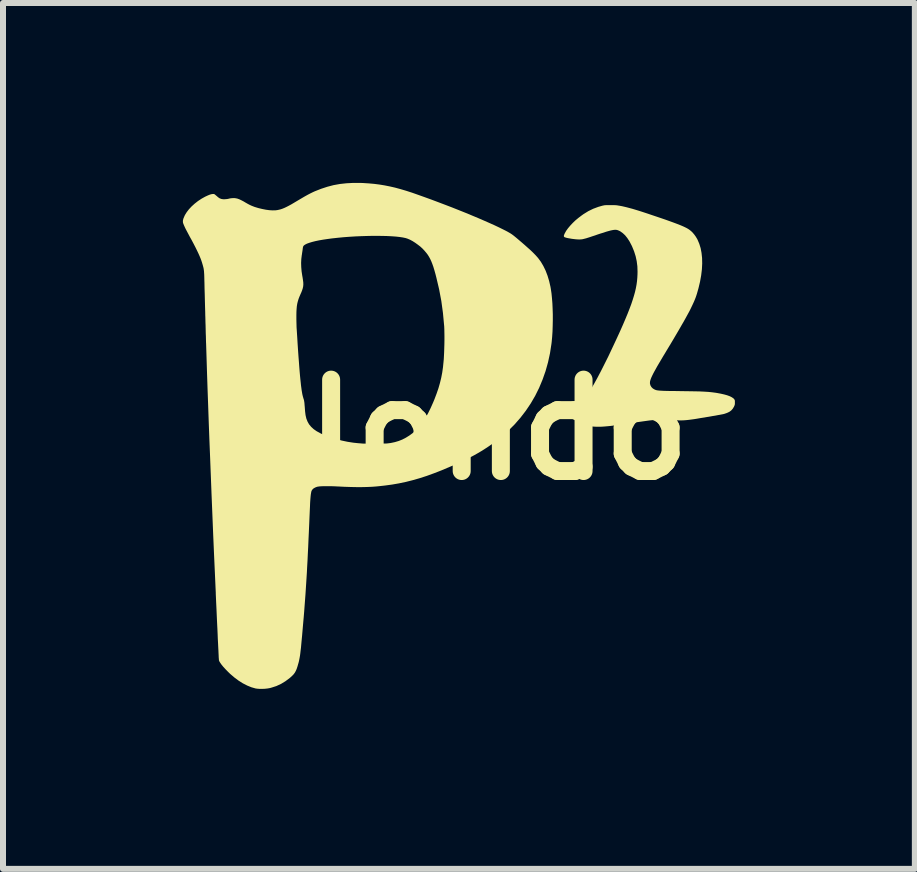
<source format=kicad_pcb>
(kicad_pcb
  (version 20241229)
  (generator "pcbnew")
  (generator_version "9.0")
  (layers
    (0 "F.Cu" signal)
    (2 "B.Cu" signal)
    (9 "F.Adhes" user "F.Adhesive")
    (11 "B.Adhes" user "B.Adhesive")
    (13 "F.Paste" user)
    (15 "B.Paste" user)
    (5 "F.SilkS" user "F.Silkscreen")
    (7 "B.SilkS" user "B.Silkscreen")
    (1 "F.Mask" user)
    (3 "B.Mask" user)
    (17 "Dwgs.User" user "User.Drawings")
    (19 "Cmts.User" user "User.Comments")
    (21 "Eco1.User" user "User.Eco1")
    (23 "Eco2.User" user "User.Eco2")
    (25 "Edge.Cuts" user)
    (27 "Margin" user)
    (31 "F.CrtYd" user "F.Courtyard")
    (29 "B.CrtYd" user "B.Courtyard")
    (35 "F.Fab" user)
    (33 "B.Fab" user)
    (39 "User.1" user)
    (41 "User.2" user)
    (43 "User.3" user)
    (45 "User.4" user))
  (footprint "plondo"
    (layer "F.Cu")
    (at 4.576 4.115)
    (property "Reference" "plondo" (at 0 0 0) (layer "F.SilkS") (effects (font (size 1.524 1.524) (thickness 0.3))))
    (attr board_only exclude_from_pos_files exclude_from_bom)
    (fp_poly (pts (xy 2.59 -3.745) (xy 2.621 -3.744) (xy 2.646 -3.743) (xy 2.67 -3.74) (xy 2.694 -3.736) (xy 2.706 -3.734) (xy 2.745 -3.727) (xy 2.784 -3.718) (xy 2.826 -3.708) (xy 2.871 -3.696) (xy 2.92 -3.683) (xy 2.973 -3.667) (xy 3.032 -3.649) (xy 3.097 -3.628) (xy 3.17 -3.604) (xy 3.232 -3.583) (xy 3.321 -3.553) (xy 3.401 -3.526) (xy 3.474 -3.501) (xy 3.538 -3.478) (xy 3.596 -3.457) (xy 3.647 -3.438) (xy 3.692 -3.421) (xy 3.731 -3.405) (xy 3.766 -3.39) (xy 3.796 -3.376) (xy 3.822 -3.363) (xy 3.845 -3.35) (xy 3.865 -3.337) (xy 3.882 -3.324) (xy 3.898 -3.311) (xy 3.912 -3.298) (xy 3.921 -3.289) (xy 3.95 -3.255) (xy 3.974 -3.222) (xy 3.997 -3.184) (xy 4.005 -3.169) (xy 4.034 -3.101) (xy 4.057 -3.027) (xy 4.072 -2.947) (xy 4.081 -2.862) (xy 4.083 -2.771) (xy 4.078 -2.674) (xy 4.066 -2.574) (xy 4.047 -2.468) (xy 4.021 -2.359) (xy 3.995 -2.267) (xy 3.985 -2.236) (xy 3.974 -2.204) (xy 3.961 -2.171) (xy 3.946 -2.135) (xy 3.929 -2.098) (xy 3.91 -2.058) (xy 3.889 -2.014) (xy 3.865 -1.967) (xy 3.837 -1.916) (xy 3.807 -1.861) (xy 3.773 -1.8) (xy 3.735 -1.735) (xy 3.694 -1.663) (xy 3.648 -1.585) (xy 3.598 -1.5) (xy 3.543 -1.408) (xy 3.483 -1.309) (xy 3.481 -1.305) (xy 3.436 -1.231) (xy 3.397 -1.165) (xy 3.362 -1.106) (xy 3.331 -1.053) (xy 3.305 -1.006) (xy 3.282 -0.965) (xy 3.263 -0.929) (xy 3.248 -0.898) (xy 3.235 -0.87) (xy 3.226 -0.847) (xy 3.219 -0.826) (xy 3.214 -0.808) (xy 3.212 -0.792) (xy 3.212 -0.777) (xy 3.212 -0.768) (xy 3.22 -0.739) (xy 3.236 -0.711) (xy 3.259 -0.688) (xy 3.287 -0.671) (xy 3.297 -0.667) (xy 3.306 -0.663) (xy 3.316 -0.66) (xy 3.328 -0.657) (xy 3.342 -0.655) (xy 3.359 -0.653) (xy 3.379 -0.651) (xy 3.404 -0.65) (xy 3.434 -0.648) (xy 3.469 -0.647) (xy 3.51 -0.646) (xy 3.559 -0.645) (xy 3.615 -0.645) (xy 3.68 -0.644) (xy 3.733 -0.643) (xy 3.81 -0.642) (xy 3.879 -0.641) (xy 3.939 -0.64) (xy 3.993 -0.639) (xy 4.04 -0.638) (xy 4.082 -0.636) (xy 4.12 -0.634) (xy 4.154 -0.632) (xy 4.186 -0.63) (xy 4.216 -0.627) (xy 4.246 -0.624) (xy 4.275 -0.62) (xy 4.306 -0.616) (xy 4.331 -0.612) (xy 4.395 -0.6) (xy 4.452 -0.587) (xy 4.502 -0.573) (xy 4.545 -0.557) (xy 4.578 -0.54) (xy 4.603 -0.523) (xy 4.614 -0.512) (xy 4.621 -0.502) (xy 4.625 -0.493) (xy 4.628 -0.482) (xy 4.628 -0.466) (xy 4.628 -0.454) (xy 4.628 -0.433) (xy 4.626 -0.417) (xy 4.621 -0.402) (xy 4.613 -0.384) (xy 4.612 -0.382) (xy 4.592 -0.349) (xy 4.567 -0.321) (xy 4.536 -0.298) (xy 4.498 -0.28) (xy 4.452 -0.264) (xy 4.44 -0.261) (xy 4.427 -0.258) (xy 4.405 -0.254) (xy 4.375 -0.248) (xy 4.34 -0.242) (xy 4.299 -0.234) (xy 4.254 -0.227) (xy 4.205 -0.218) (xy 4.155 -0.21) (xy 4.122 -0.204) (xy 4.057 -0.194) (xy 4 -0.184) (xy 3.95 -0.176) (xy 3.906 -0.17) (xy 3.868 -0.165) (xy 3.832 -0.161) (xy 3.8 -0.158) (xy 3.769 -0.156) (xy 3.739 -0.155) (xy 3.707 -0.155) (xy 3.674 -0.156) (xy 3.638 -0.157) (xy 3.598 -0.159) (xy 3.559 -0.161) (xy 3.514 -0.163) (xy 3.473 -0.165) (xy 3.435 -0.166) (xy 3.399 -0.166) (xy 3.364 -0.166) (xy 3.329 -0.165) (xy 3.293 -0.162) (xy 3.255 -0.159) (xy 3.213 -0.155) (xy 3.168 -0.149) (xy 3.117 -0.142) (xy 3.061 -0.134) (xy 2.996 -0.125) (xy 2.924 -0.114) (xy 2.915 -0.113) (xy 2.826 -0.099) (xy 2.746 -0.088) (xy 2.673 -0.078) (xy 2.608 -0.069) (xy 2.55 -0.062) (xy 2.497 -0.057) (xy 2.45 -0.053) (xy 2.407 -0.05) (xy 2.368 -0.049) (xy 2.332 -0.049) (xy 2.298 -0.05) (xy 2.266 -0.052) (xy 2.255 -0.053) (xy 2.208 -0.06) (xy 2.161 -0.071) (xy 2.116 -0.086) (xy 2.075 -0.103) (xy 2.039 -0.123) (xy 2.008 -0.145) (xy 1.985 -0.167) (xy 1.973 -0.185) (xy 1.963 -0.214) (xy 1.962 -0.247) (xy 1.97 -0.282) (xy 1.978 -0.3) (xy 1.985 -0.312) (xy 1.996 -0.33) (xy 2.011 -0.35) (xy 2.027 -0.372) (xy 2.031 -0.376) (xy 2.075 -0.434) (xy 2.122 -0.502) (xy 2.171 -0.579) (xy 2.223 -0.665) (xy 2.277 -0.759) (xy 2.334 -0.862) (xy 2.393 -0.974) (xy 2.454 -1.095) (xy 2.518 -1.223) (xy 2.583 -1.361) (xy 2.651 -1.506) (xy 2.715 -1.645) (xy 2.761 -1.749) (xy 2.802 -1.845) (xy 2.839 -1.934) (xy 2.871 -2.016) (xy 2.9 -2.093) (xy 2.924 -2.165) (xy 2.945 -2.233) (xy 2.963 -2.298) (xy 2.977 -2.359) (xy 2.988 -2.418) (xy 2.996 -2.476) (xy 3.001 -2.532) (xy 3.004 -2.589) (xy 3.005 -2.635) (xy 3.002 -2.725) (xy 2.991 -2.81) (xy 2.973 -2.893) (xy 2.947 -2.975) (xy 2.913 -3.058) (xy 2.903 -3.078) (xy 2.87 -3.141) (xy 2.834 -3.196) (xy 2.797 -3.242) (xy 2.757 -3.279) (xy 2.716 -3.308) (xy 2.704 -3.314) (xy 2.689 -3.321) (xy 2.674 -3.327) (xy 2.659 -3.331) (xy 2.644 -3.333) (xy 2.626 -3.333) (xy 2.605 -3.331) (xy 2.582 -3.327) (xy 2.554 -3.321) (xy 2.521 -3.312) (xy 2.482 -3.301) (xy 2.438 -3.286) (xy 2.385 -3.27) (xy 2.325 -3.25) (xy 2.301 -3.241) (xy 2.251 -3.225) (xy 2.21 -3.211) (xy 2.175 -3.2) (xy 2.147 -3.191) (xy 2.123 -3.185) (xy 2.103 -3.18) (xy 2.086 -3.176) (xy 2.071 -3.174) (xy 2.056 -3.173) (xy 2.041 -3.172) (xy 2.03 -3.172) (xy 2.004 -3.173) (xy 1.973 -3.175) (xy 1.941 -3.179) (xy 1.907 -3.183) (xy 1.875 -3.189) (xy 1.845 -3.194) (xy 1.819 -3.2) (xy 1.799 -3.206) (xy 1.786 -3.211) (xy 1.783 -3.214) (xy 1.777 -3.222) (xy 1.776 -3.234) (xy 1.781 -3.25) (xy 1.79 -3.272) (xy 1.792 -3.275) (xy 1.814 -3.315) (xy 1.845 -3.358) (xy 1.882 -3.402) (xy 1.924 -3.447) (xy 1.971 -3.492) (xy 2.022 -3.534) (xy 2.075 -3.574) (xy 2.103 -3.594) (xy 2.184 -3.644) (xy 2.266 -3.684) (xy 2.349 -3.715) (xy 2.408 -3.732) (xy 2.427 -3.737) (xy 2.443 -3.74) (xy 2.459 -3.743) (xy 2.477 -3.744) (xy 2.498 -3.745) (xy 2.526 -3.745) (xy 2.553 -3.745)) (stroke (width 0) (type solid)) (fill yes) (layer "F.SilkS"))
    (fp_poly (pts (xy -1.618 -4.115) (xy -1.57 -4.113) (xy -1.477 -4.107) (xy -1.388 -4.099) (xy -1.301 -4.088) (xy -1.215 -4.074) (xy -1.129 -4.057) (xy -1.041 -4.037) (xy -0.949 -4.012) (xy -0.854 -3.984) (xy -0.752 -3.951) (xy -0.667 -3.921) (xy -0.552 -3.88) (xy -0.436 -3.838) (xy -0.319 -3.794) (xy -0.203 -3.75) (xy -0.088 -3.706) (xy 0.025 -3.661) (xy 0.135 -3.617) (xy 0.241 -3.573) (xy 0.344 -3.53) (xy 0.441 -3.488) (xy 0.532 -3.448) (xy 0.617 -3.41) (xy 0.693 -3.374) (xy 0.762 -3.34) (xy 0.768 -3.337) (xy 0.806 -3.318) (xy 0.838 -3.301) (xy 0.864 -3.286) (xy 0.888 -3.272) (xy 0.909 -3.258) (xy 0.931 -3.242) (xy 0.956 -3.222) (xy 0.984 -3.199) (xy 1.01 -3.177) (xy 1.071 -3.125) (xy 1.124 -3.079) (xy 1.171 -3.037) (xy 1.213 -3) (xy 1.249 -2.966) (xy 1.28 -2.935) (xy 1.308 -2.906) (xy 1.332 -2.879) (xy 1.346 -2.863) (xy 1.392 -2.801) (xy 1.434 -2.73) (xy 1.472 -2.652) (xy 1.504 -2.568) (xy 1.531 -2.478) (xy 1.553 -2.382) (xy 1.559 -2.347) (xy 1.57 -2.274) (xy 1.578 -2.193) (xy 1.585 -2.106) (xy 1.589 -2.015) (xy 1.592 -1.921) (xy 1.592 -1.825) (xy 1.59 -1.73) (xy 1.587 -1.636) (xy 1.581 -1.547) (xy 1.573 -1.462) (xy 1.569 -1.43) (xy 1.545 -1.274) (xy 1.512 -1.123) (xy 1.471 -0.977) (xy 1.421 -0.835) (xy 1.364 -0.698) (xy 1.298 -0.565) (xy 1.224 -0.438) (xy 1.142 -0.316) (xy 1.052 -0.199) (xy 0.954 -0.087) (xy 0.848 0.019) (xy 0.734 0.12) (xy 0.612 0.215) (xy 0.523 0.278) (xy 0.462 0.318) (xy 0.402 0.356) (xy 0.341 0.392) (xy 0.279 0.427) (xy 0.213 0.462) (xy 0.143 0.497) (xy 0.067 0.533) (xy -0.015 0.571) (xy -0.104 0.61) (xy -0.132 0.622) (xy -0.264 0.678) (xy -0.39 0.727) (xy -0.511 0.771) (xy -0.629 0.809) (xy -0.744 0.842) (xy -0.859 0.871) (xy -0.973 0.895) (xy -1.088 0.915) (xy -1.206 0.931) (xy -1.286 0.94) (xy -1.355 0.947) (xy -1.423 0.952) (xy -1.492 0.955) (xy -1.562 0.957) (xy -1.636 0.958) (xy -1.713 0.957) (xy -1.796 0.955) (xy -1.886 0.952) (xy -1.985 0.947) (xy -1.987 0.947) (xy -2.049 0.944) (xy -2.109 0.942) (xy -2.163 0.942) (xy -2.213 0.942) (xy -2.257 0.943) (xy -2.293 0.945) (xy -2.322 0.949) (xy -2.339 0.952) (xy -2.37 0.964) (xy -2.397 0.979) (xy -2.417 0.998) (xy -2.427 1.013) (xy -2.432 1.024) (xy -2.436 1.038) (xy -2.439 1.056) (xy -2.443 1.078) (xy -2.446 1.105) (xy -2.449 1.138) (xy -2.452 1.177) (xy -2.455 1.223) (xy -2.457 1.277) (xy -2.46 1.339) (xy -2.463 1.409) (xy -2.464 1.428) (xy -2.47 1.572) (xy -2.476 1.708) (xy -2.482 1.835) (xy -2.487 1.955) (xy -2.493 2.069) (xy -2.498 2.178) (xy -2.504 2.281) (xy -2.509 2.381) (xy -2.515 2.477) (xy -2.521 2.571) (xy -2.527 2.664) (xy -2.533 2.755) (xy -2.54 2.847) (xy -2.547 2.94) (xy -2.554 3.034) (xy -2.562 3.13) (xy -2.571 3.23) (xy -2.58 3.334) (xy -2.589 3.438) (xy -2.596 3.511) (xy -2.602 3.575) (xy -2.607 3.632) (xy -2.613 3.681) (xy -2.618 3.725) (xy -2.623 3.763) (xy -2.629 3.798) (xy -2.635 3.829) (xy -2.641 3.859) (xy -2.648 3.887) (xy -2.656 3.914) (xy -2.664 3.943) (xy -2.666 3.949) (xy -2.679 3.989) (xy -2.693 4.021) (xy -2.708 4.049) (xy -2.726 4.074) (xy -2.748 4.098) (xy -2.776 4.124) (xy -2.794 4.14) (xy -2.866 4.194) (xy -2.94 4.239) (xy -3.018 4.275) (xy -3.099 4.301) (xy -3.124 4.308) (xy -3.163 4.315) (xy -3.207 4.32) (xy -3.252 4.322) (xy -3.296 4.322) (xy -3.335 4.319) (xy -3.364 4.315) (xy -3.434 4.295) (xy -3.505 4.266) (xy -3.577 4.229) (xy -3.648 4.184) (xy -3.719 4.131) (xy -3.788 4.072) (xy -3.823 4.038) (xy -3.864 3.996) (xy -3.9 3.957) (xy -3.929 3.922) (xy -3.951 3.891) (xy -3.967 3.866) (xy -3.975 3.845) (xy -3.976 3.841) (xy -3.976 3.834) (xy -3.977 3.819) (xy -3.979 3.796) (xy -3.98 3.766) (xy -3.982 3.727) (xy -3.984 3.681) (xy -3.987 3.626) (xy -3.99 3.562) (xy -3.994 3.49) (xy -3.997 3.409) (xy -4.001 3.32) (xy -4.006 3.222) (xy -4.011 3.114) (xy -4.016 2.998) (xy -4.022 2.872) (xy -4.028 2.736) (xy -4.028 2.719) (xy -4.043 2.385) (xy -4.058 2.055) (xy -4.072 1.729) (xy -4.085 1.407) (xy -4.098 1.091) (xy -4.11 0.78) (xy -4.122 0.474) (xy -4.134 0.176) (xy -4.145 -0.116) (xy -4.155 -0.401) (xy -4.165 -0.678) (xy -4.174 -0.946) (xy -4.182 -1.206) (xy -4.189 -1.425) (xy -4.191 -1.472) (xy -4.192 -1.517) (xy -4.193 -1.561) (xy -4.195 -1.605) (xy -4.196 -1.649) (xy -4.197 -1.694) (xy -4.198 -1.74) (xy -4.2 -1.789) (xy -4.201 -1.841) (xy -4.202 -1.881) (xy -2.684 -1.881) (xy -2.684 -1.841) (xy -2.683 -1.798) (xy -2.682 -1.754) (xy -2.681 -1.713) (xy -2.679 -1.678) (xy -2.678 -1.668) (xy -2.67 -1.543) (xy -2.663 -1.427) (xy -2.656 -1.321) (xy -2.649 -1.223) (xy -2.642 -1.133) (xy -2.636 -1.05) (xy -2.63 -0.975) (xy -2.624 -0.907) (xy -2.618 -0.845) (xy -2.612 -0.79) (xy -2.607 -0.74) (xy -2.601 -0.696) (xy -2.596 -0.657) (xy -2.59 -0.623) (xy -2.585 -0.593) (xy -2.579 -0.567) (xy -2.573 -0.544) (xy -2.567 -0.525) (xy -2.567 -0.523) (xy -2.563 -0.511) (xy -2.559 -0.499) (xy -2.556 -0.487) (xy -2.554 -0.473) (xy -2.551 -0.456) (xy -2.549 -0.435) (xy -2.547 -0.409) (xy -2.544 -0.376) (xy -2.541 -0.336) (xy -2.539 -0.307) (xy -2.531 -0.243) (xy -2.518 -0.186) (xy -2.498 -0.135) (xy -2.472 -0.089) (xy -2.438 -0.048) (xy -2.397 -0.01) (xy -2.347 0.025) (xy -2.288 0.057) (xy -2.274 0.065) (xy -2.196 0.099) (xy -2.11 0.13) (xy -2.019 0.158) (xy -1.924 0.182) (xy -1.829 0.202) (xy -1.733 0.217) (xy -1.656 0.225) (xy -1.63 0.227) (xy -1.606 0.229) (xy -1.585 0.231) (xy -1.564 0.232) (xy -1.541 0.232) (xy -1.517 0.233) (xy -1.488 0.233) (xy -1.455 0.233) (xy -1.415 0.233) (xy -1.367 0.233) (xy -1.346 0.233) (xy -1.298 0.232) (xy -1.259 0.232) (xy -1.227 0.231) (xy -1.2 0.231) (xy -1.178 0.23) (xy -1.159 0.228) (xy -1.143 0.226) (xy -1.127 0.224) (xy -1.111 0.222) (xy -1.041 0.207) (xy -0.977 0.188) (xy -0.917 0.164) (xy -0.859 0.134) (xy -0.801 0.098) (xy -0.749 0.06) (xy -0.7 0.018) (xy -0.653 -0.03) (xy -0.609 -0.082) (xy -0.566 -0.141) (xy -0.525 -0.207) (xy -0.485 -0.28) (xy -0.445 -0.361) (xy -0.405 -0.451) (xy -0.382 -0.506) (xy -0.346 -0.601) (xy -0.315 -0.691) (xy -0.29 -0.778) (xy -0.269 -0.864) (xy -0.252 -0.952) (xy -0.239 -1.044) (xy -0.231 -1.125) (xy -0.226 -1.176) (xy -0.223 -1.234) (xy -0.22 -1.296) (xy -0.218 -1.362) (xy -0.216 -1.429) (xy -0.215 -1.495) (xy -0.215 -1.56) (xy -0.216 -1.62) (xy -0.217 -1.676) (xy -0.219 -1.724) (xy -0.221 -1.744) (xy -0.24 -1.947) (xy -0.267 -2.146) (xy -0.304 -2.342) (xy -0.35 -2.537) (xy -0.365 -2.596) (xy -0.383 -2.66) (xy -0.4 -2.716) (xy -0.417 -2.764) (xy -0.434 -2.807) (xy -0.452 -2.846) (xy -0.471 -2.881) (xy -0.492 -2.915) (xy -0.516 -2.947) (xy -0.544 -2.98) (xy -0.549 -2.986) (xy -0.581 -3.02) (xy -0.618 -3.054) (xy -0.66 -3.086) (xy -0.703 -3.117) (xy -0.747 -3.145) (xy -0.79 -3.168) (xy -0.83 -3.185) (xy -0.861 -3.195) (xy -0.907 -3.205) (xy -0.96 -3.213) (xy -1.022 -3.22) (xy -1.091 -3.225) (xy -1.166 -3.229) (xy -1.246 -3.231) (xy -1.331 -3.232) (xy -1.42 -3.232) (xy -1.511 -3.23) (xy -1.605 -3.227) (xy -1.7 -3.223) (xy -1.796 -3.217) (xy -1.891 -3.21) (xy -1.985 -3.201) (xy -2.077 -3.191) (xy -2.08 -3.191) (xy -2.162 -3.18) (xy -2.237 -3.169) (xy -2.306 -3.157) (xy -2.368 -3.144) (xy -2.423 -3.13) (xy -2.469 -3.116) (xy -2.508 -3.102) (xy -2.537 -3.087) (xy -2.555 -3.075) (xy -2.563 -3.067) (xy -2.568 -3.06) (xy -2.572 -3.051) (xy -2.575 -3.038) (xy -2.578 -3.019) (xy -2.579 -3.009) (xy -2.583 -2.981) (xy -2.588 -2.949) (xy -2.592 -2.919) (xy -2.594 -2.91) (xy -2.602 -2.845) (xy -2.605 -2.78) (xy -2.603 -2.712) (xy -2.597 -2.64) (xy -2.585 -2.562) (xy -2.581 -2.541) (xy -2.574 -2.495) (xy -2.569 -2.455) (xy -2.568 -2.42) (xy -2.571 -2.388) (xy -2.578 -2.356) (xy -2.589 -2.322) (xy -2.604 -2.284) (xy -2.612 -2.267) (xy -2.631 -2.223) (xy -2.647 -2.182) (xy -2.659 -2.143) (xy -2.669 -2.103) (xy -2.676 -2.062) (xy -2.68 -2.017) (xy -2.683 -1.967) (xy -2.684 -1.91) (xy -2.684 -1.881) (xy -4.202 -1.881) (xy -4.203 -1.897) (xy -4.204 -1.957) (xy -4.206 -2.022) (xy -4.208 -2.093) (xy -4.21 -2.171) (xy -4.212 -2.257) (xy -4.215 -2.35) (xy -4.217 -2.452) (xy -4.218 -2.479) (xy -4.219 -2.525) (xy -4.22 -2.563) (xy -4.221 -2.593) (xy -4.223 -2.618) (xy -4.224 -2.639) (xy -4.226 -2.655) (xy -4.228 -2.67) (xy -4.23 -2.684) (xy -4.233 -2.698) (xy -4.234 -2.703) (xy -4.244 -2.741) (xy -4.255 -2.778) (xy -4.267 -2.816) (xy -4.281 -2.854) (xy -4.298 -2.895) (xy -4.318 -2.94) (xy -4.341 -2.988) (xy -4.367 -3.041) (xy -4.397 -3.099) (xy -4.432 -3.165) (xy -4.46 -3.215) (xy -4.488 -3.268) (xy -4.512 -3.313) (xy -4.532 -3.351) (xy -4.547 -3.383) (xy -4.559 -3.41) (xy -4.568 -3.432) (xy -4.574 -3.449) (xy -4.576 -3.462) (xy -4.576 -3.488) (xy -4.568 -3.52) (xy -4.552 -3.558) (xy -4.542 -3.58) (xy -4.512 -3.628) (xy -4.475 -3.676) (xy -4.43 -3.724) (xy -4.379 -3.77) (xy -4.324 -3.813) (xy -4.265 -3.852) (xy -4.204 -3.886) (xy -4.201 -3.887) (xy -4.167 -3.903) (xy -4.139 -3.915) (xy -4.116 -3.923) (xy -4.096 -3.928) (xy -4.078 -3.93) (xy -4.069 -3.93) (xy -4.059 -3.93) (xy -4.051 -3.927) (xy -4.041 -3.92) (xy -4.028 -3.909) (xy -4.016 -3.899) (xy -3.988 -3.875) (xy -3.963 -3.858) (xy -3.937 -3.848) (xy -3.909 -3.843) (xy -3.887 -3.842) (xy -3.863 -3.844) (xy -3.839 -3.846) (xy -3.818 -3.85) (xy -3.817 -3.85) (xy -3.798 -3.855) (xy -3.774 -3.859) (xy -3.75 -3.861) (xy -3.75 -3.861) (xy -3.722 -3.862) (xy -3.695 -3.859) (xy -3.667 -3.853) (xy -3.636 -3.842) (xy -3.602 -3.826) (xy -3.562 -3.805) (xy -3.539 -3.791) (xy -3.497 -3.767) (xy -3.461 -3.748) (xy -3.428 -3.733) (xy -3.397 -3.721) (xy -3.379 -3.714) (xy -3.316 -3.695) (xy -3.253 -3.68) (xy -3.192 -3.668) (xy -3.133 -3.66) (xy -3.08 -3.657) (xy -3.032 -3.658) (xy -3.001 -3.662) (xy -2.973 -3.668) (xy -2.945 -3.675) (xy -2.916 -3.685) (xy -2.884 -3.698) (xy -2.85 -3.714) (xy -2.811 -3.734) (xy -2.767 -3.758) (xy -2.718 -3.787) (xy -2.671 -3.815) (xy -2.605 -3.854) (xy -2.547 -3.888) (xy -2.495 -3.917) (xy -2.449 -3.941) (xy -2.408 -3.961) (xy -2.375 -3.976) (xy -2.271 -4.017) (xy -2.167 -4.051) (xy -2.064 -4.078) (xy -1.958 -4.097) (xy -1.849 -4.109) (xy -1.736 -4.115)) (stroke (width 0) (type solid)) (fill yes) (layer "F.SilkS")))
  (gr_rect
    (start -3 -3)
    (end 12.205 11.438)
    (stroke (width 0.1) (type default))
    (fill no)
    (layer "Edge.Cuts")))
</source>
